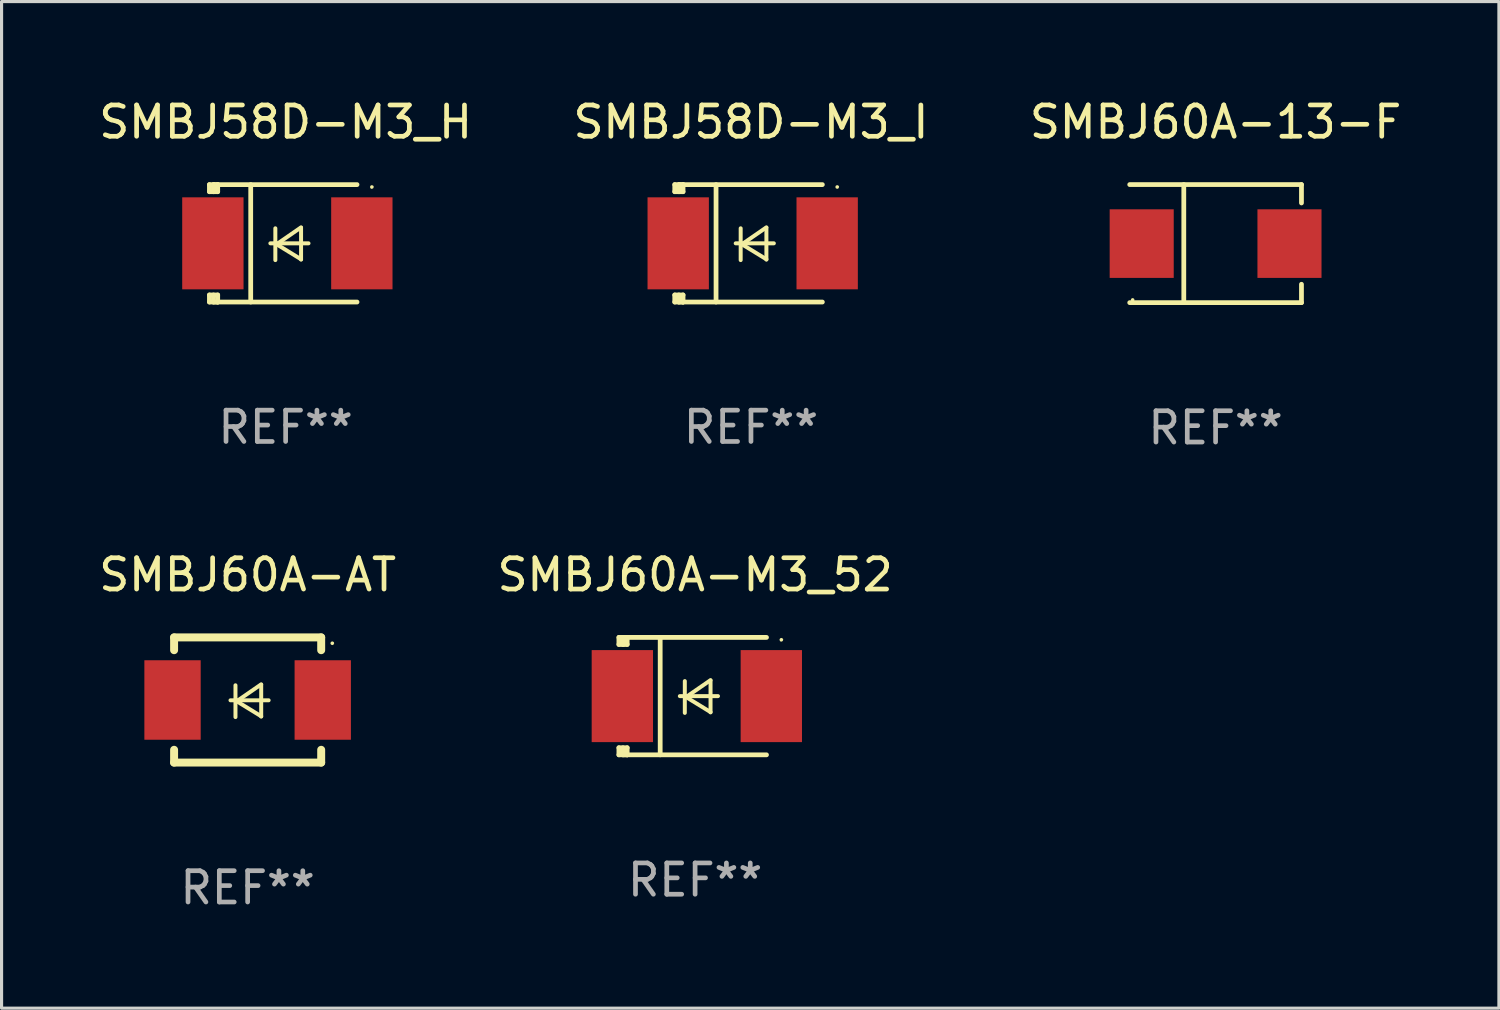
<source format=kicad_pcb>
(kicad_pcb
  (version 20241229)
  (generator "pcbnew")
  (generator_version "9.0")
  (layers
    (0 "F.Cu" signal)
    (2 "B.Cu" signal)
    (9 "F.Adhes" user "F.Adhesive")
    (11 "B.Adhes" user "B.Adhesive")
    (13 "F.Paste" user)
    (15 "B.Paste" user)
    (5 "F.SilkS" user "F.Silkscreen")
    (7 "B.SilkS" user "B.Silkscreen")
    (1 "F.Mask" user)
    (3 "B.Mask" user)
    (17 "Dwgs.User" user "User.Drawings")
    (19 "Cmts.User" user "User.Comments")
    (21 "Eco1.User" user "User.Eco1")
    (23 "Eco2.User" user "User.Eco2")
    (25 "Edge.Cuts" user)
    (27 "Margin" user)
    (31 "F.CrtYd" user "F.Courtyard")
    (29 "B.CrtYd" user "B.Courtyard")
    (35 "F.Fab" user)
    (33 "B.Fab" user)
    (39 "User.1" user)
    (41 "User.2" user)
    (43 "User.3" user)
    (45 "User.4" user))
  (footprint "SMBJ58D-M3_H"
    (layer "F.Cu")
    (at 6.077 4.725)
    (property "Reference" "SMBJ58D-M3_H" (at 0 -3.876 0) (layer "F.SilkS") (effects (font (size 1 1) (thickness 0.15))))
    (attr through_hole)
    (fp_line (start -2.435 1.65) (end -2.171 1.65) (stroke (width 0.152) (type solid)) (layer "F.SilkS"))
    (fp_line (start -2.435 1.876) (end -2.435 1.65) (stroke (width 0.152) (type solid)) (layer "F.SilkS"))
    (fp_line (start -2.435 -1.876) (end -2.171 -1.876) (stroke (width 0.152) (type solid)) (layer "F.SilkS"))
    (fp_line (start -2.435 -1.65) (end -2.435 -1.876) (stroke (width 0.152) (type solid)) (layer "F.SilkS"))
    (fp_line (start -2.305 -1.866) (end -2.295 -1.876) (stroke (width 0.152) (type solid)) (layer "F.SilkS"))
    (fp_line (start -2.305 -1.65) (end -2.305 -1.866) (stroke (width 0.152) (type solid)) (layer "F.SilkS"))
    (fp_line (start -2.305 1.876) (end -2.305 1.65) (stroke (width 0.152) (type solid)) (layer "F.SilkS"))
    (fp_line (start -2.295 -1.876) (end -2.295 -1.65) (stroke (width 0.152) (type solid)) (layer "F.SilkS"))
    (fp_line (start -2.171 1.876) (end -2.435 1.876) (stroke (width 0.152) (type solid)) (layer "F.SilkS"))
    (fp_line (start -2.171 -1.65) (end -2.435 -1.65) (stroke (width 0.152) (type solid)) (layer "F.SilkS"))
    (fp_line (start -2.171 -1.876) (end -2.295 -1.876) (stroke (width 0.152) (type solid)) (layer "F.SilkS"))
    (fp_line (start -2.171 -1.65) (end -2.171 -1.876) (stroke (width 0.152) (type solid)) (layer "F.SilkS"))
    (fp_line (start -2.171 1.876) (end -2.305 1.876) (stroke (width 0.152) (type solid)) (layer "F.SilkS"))
    (fp_line (start -2.171 1.876) (end -2.171 1.65) (stroke (width 0.152) (type solid)) (layer "F.SilkS"))
    (fp_line (start -1.116 1.876) (end -1.116 -1.876) (stroke (width 0.152) (type solid)) (layer "F.SilkS"))
    (fp_line (start -0.488 0.000102) (end 0.731 0.000102) (stroke (width 0.127) (type solid)) (layer "F.SilkS"))
    (fp_line (start -0.329 -0.48) (end -0.329 0.536) (stroke (width 0.127) (type solid)) (layer "F.SilkS"))
    (fp_line (start -0.29 0.03) (end 0.493 0.51) (stroke (width 0.127) (type solid)) (layer "F.SilkS"))
    (fp_line (start 0.493 -0.51) (end -0.29 0.03) (stroke (width 0.127) (type solid)) (layer "F.SilkS"))
    (fp_line (start 0.493 0.52) (end 0.493 -0.496) (stroke (width 0.127) (type solid)) (layer "F.SilkS"))
    (fp_line (start 2.281 -1.876) (end -2.171 -1.876) (stroke (width 0.152) (type solid)) (layer "F.SilkS"))
    (fp_line (start 2.281 1.876) (end -2.171 1.876) (stroke (width 0.152) (type solid)) (layer "F.SilkS"))
    (fp_circle (center 2.755 -1.8) (end 2.785 -1.8) (stroke (width 0.06) (type solid)) (fill no) (layer "F.SilkS"))
    (fp_text user "REF**" (at 0 5.876 0) (layer "F.Fab") (effects (font (size 1 1) (thickness 0.15))))
    (pad "1" smd rect (at 2.435 -0.000025 180) (size 1.96 2.94) (layers "F.Cu" "F.Mask" "F.Paste"))
    (pad "2" smd rect (at -2.325 -0.000025 180) (size 1.96 2.94) (layers "F.Cu" "F.Mask" "F.Paste")))
  (footprint "SMBJ60A-AT"
    (layer "F.Cu")
    (at 4.863 19.317)
    (property "Reference" "SMBJ60A-AT" (at 0 -4 0) (layer "F.SilkS") (effects (font (size 1 1) (thickness 0.15))))
    (attr through_hole)
    (fp_line (start -2.35 -2) (end -2.35 -1.591) (stroke (width 0.254) (type solid)) (layer "F.SilkS"))
    (fp_line (start -2.35 -2) (end 2.35 -2) (stroke (width 0.254) (type solid)) (layer "F.SilkS"))
    (fp_line (start -2.35 1.591) (end -2.35 2) (stroke (width 0.254) (type solid)) (layer "F.SilkS"))
    (fp_line (start -2.35 2) (end 2.35 2) (stroke (width 0.254) (type solid)) (layer "F.SilkS"))
    (fp_line (start -0.548 0.01) (end 0.671 0.01) (stroke (width 0.127) (type solid)) (layer "F.SilkS"))
    (fp_line (start -0.389 -0.47) (end -0.389 0.546) (stroke (width 0.127) (type solid)) (layer "F.SilkS"))
    (fp_line (start -0.35 0.04) (end 0.433 0.52) (stroke (width 0.127) (type solid)) (layer "F.SilkS"))
    (fp_line (start 0.433 -0.5) (end -0.35 0.04) (stroke (width 0.127) (type solid)) (layer "F.SilkS"))
    (fp_line (start 0.433 0.53) (end 0.433 -0.486) (stroke (width 0.127) (type solid)) (layer "F.SilkS"))
    (fp_line (start 2.35 -2) (end 2.35 -1.591) (stroke (width 0.254) (type solid)) (layer "F.SilkS"))
    (fp_line (start 2.35 1.591) (end 2.35 2) (stroke (width 0.254) (type solid)) (layer "F.SilkS"))
    (fp_circle (center 2.704 -1.813) (end 2.734 -1.813) (stroke (width 0.06) (type solid)) (fill no) (layer "F.SilkS"))
    (fp_text user "REF**" (at 0 6 0) (layer "F.Fab") (effects (font (size 1 1) (thickness 0.15))))
    (pad "1" smd rect (at 2.4 0) (size 1.8 2.54) (layers "F.Cu" "F.Mask" "F.Paste"))
    (pad "2" smd rect (at -2.4 0) (size 1.8 2.54) (layers "F.Cu" "F.Mask" "F.Paste")))
  (footprint "SMBJ60A-M3_52"
    (layer "F.Cu")
    (at 19.161 19.193)
    (property "Reference" "SMBJ60A-M3_52" (at 0 -3.876 0) (layer "F.SilkS") (effects (font (size 1 1) (thickness 0.15))))
    (attr through_hole)
    (fp_line (start -2.435 1.65) (end -2.171 1.65) (stroke (width 0.152) (type solid)) (layer "F.SilkS"))
    (fp_line (start -2.435 1.876) (end -2.435 1.65) (stroke (width 0.152) (type solid)) (layer "F.SilkS"))
    (fp_line (start -2.435 -1.876) (end -2.171 -1.876) (stroke (width 0.152) (type solid)) (layer "F.SilkS"))
    (fp_line (start -2.435 -1.65) (end -2.435 -1.876) (stroke (width 0.152) (type solid)) (layer "F.SilkS"))
    (fp_line (start -2.305 -1.866) (end -2.295 -1.876) (stroke (width 0.152) (type solid)) (layer "F.SilkS"))
    (fp_line (start -2.305 -1.65) (end -2.305 -1.866) (stroke (width 0.152) (type solid)) (layer "F.SilkS"))
    (fp_line (start -2.305 1.876) (end -2.305 1.65) (stroke (width 0.152) (type solid)) (layer "F.SilkS"))
    (fp_line (start -2.295 -1.876) (end -2.295 -1.65) (stroke (width 0.152) (type solid)) (layer "F.SilkS"))
    (fp_line (start -2.171 1.876) (end -2.435 1.876) (stroke (width 0.152) (type solid)) (layer "F.SilkS"))
    (fp_line (start -2.171 -1.65) (end -2.435 -1.65) (stroke (width 0.152) (type solid)) (layer "F.SilkS"))
    (fp_line (start -2.171 -1.876) (end -2.295 -1.876) (stroke (width 0.152) (type solid)) (layer "F.SilkS"))
    (fp_line (start -2.171 -1.65) (end -2.171 -1.876) (stroke (width 0.152) (type solid)) (layer "F.SilkS"))
    (fp_line (start -2.171 1.876) (end -2.305 1.876) (stroke (width 0.152) (type solid)) (layer "F.SilkS"))
    (fp_line (start -2.171 1.876) (end -2.171 1.65) (stroke (width 0.152) (type solid)) (layer "F.SilkS"))
    (fp_line (start -1.116 1.876) (end -1.116 -1.876) (stroke (width 0.152) (type solid)) (layer "F.SilkS"))
    (fp_line (start -0.488 0.000102) (end 0.731 0.000102) (stroke (width 0.127) (type solid)) (layer "F.SilkS"))
    (fp_line (start -0.329 -0.48) (end -0.329 0.536) (stroke (width 0.127) (type solid)) (layer "F.SilkS"))
    (fp_line (start -0.29 0.03) (end 0.493 0.51) (stroke (width 0.127) (type solid)) (layer "F.SilkS"))
    (fp_line (start 0.493 -0.51) (end -0.29 0.03) (stroke (width 0.127) (type solid)) (layer "F.SilkS"))
    (fp_line (start 0.493 0.52) (end 0.493 -0.496) (stroke (width 0.127) (type solid)) (layer "F.SilkS"))
    (fp_line (start 2.281 -1.876) (end -2.171 -1.876) (stroke (width 0.152) (type solid)) (layer "F.SilkS"))
    (fp_line (start 2.281 1.876) (end -2.171 1.876) (stroke (width 0.152) (type solid)) (layer "F.SilkS"))
    (fp_circle (center 2.755 -1.8) (end 2.785 -1.8) (stroke (width 0.06) (type solid)) (fill no) (layer "F.SilkS"))
    (fp_text user "REF**" (at 0 5.876 0) (layer "F.Fab") (effects (font (size 1 1) (thickness 0.15))))
    (pad "1" smd rect (at 2.435 -0.000025 180) (size 1.96 2.94) (layers "F.Cu" "F.Mask" "F.Paste"))
    (pad "2" smd rect (at -2.325 -0.000025 180) (size 1.96 2.94) (layers "F.Cu" "F.Mask" "F.Paste")))
  (footprint "SMBJ60A-13-F"
    (layer "F.Cu")
    (at 35.792 4.734)
    (property "Reference" "SMBJ60A-13-F" (at 0 -3.886 0) (layer "F.SilkS") (effects (font (size 1 1) (thickness 0.15))))
    (attr through_hole)
    (fp_line (start -2.744 -1.886) (end 2.744 -1.886) (stroke (width 0.152) (type solid)) (layer "F.SilkS"))
    (fp_line (start -2.744 1.886) (end 2.744 1.886) (stroke (width 0.152) (type solid)) (layer "F.SilkS"))
    (fp_line (start -1.016 -1.886) (end -1.016 1.886) (stroke (width 0.152) (type solid)) (layer "F.SilkS"))
    (fp_line (start 2.744 -1.886) (end 2.744 -1.299) (stroke (width 0.152) (type solid)) (layer "F.SilkS"))
    (fp_line (start 2.744 1.886) (end 2.744 1.299) (stroke (width 0.152) (type solid)) (layer "F.SilkS"))
    (fp_circle (center -2.65 1.8) (end -2.62 1.8) (stroke (width 0.06) (type solid)) (fill no) (layer "F.SilkS"))
    (fp_text user "REF**" (at 0 5.886 0) (layer "F.Fab") (effects (font (size 1 1) (thickness 0.15))))
    (pad "1" smd rect (at -2.361 0) (size 2.047 2.192) (layers "F.Cu" "F.Mask" "F.Paste"))
    (pad "2" smd rect (at 2.361 0) (size 2.047 2.192) (layers "F.Cu" "F.Mask" "F.Paste")))
  (footprint "SMBJ58D-M3_I"
    (layer "F.Cu")
    (at 20.946 4.725)
    (property "Reference" "SMBJ58D-M3_I" (at 0 -3.876 0) (layer "F.SilkS") (effects (font (size 1 1) (thickness 0.15))))
    (attr through_hole)
    (fp_line (start -2.435 1.65) (end -2.171 1.65) (stroke (width 0.152) (type solid)) (layer "F.SilkS"))
    (fp_line (start -2.435 1.876) (end -2.435 1.65) (stroke (width 0.152) (type solid)) (layer "F.SilkS"))
    (fp_line (start -2.435 -1.876) (end -2.171 -1.876) (stroke (width 0.152) (type solid)) (layer "F.SilkS"))
    (fp_line (start -2.435 -1.65) (end -2.435 -1.876) (stroke (width 0.152) (type solid)) (layer "F.SilkS"))
    (fp_line (start -2.305 -1.866) (end -2.295 -1.876) (stroke (width 0.152) (type solid)) (layer "F.SilkS"))
    (fp_line (start -2.305 -1.65) (end -2.305 -1.866) (stroke (width 0.152) (type solid)) (layer "F.SilkS"))
    (fp_line (start -2.305 1.876) (end -2.305 1.65) (stroke (width 0.152) (type solid)) (layer "F.SilkS"))
    (fp_line (start -2.295 -1.876) (end -2.295 -1.65) (stroke (width 0.152) (type solid)) (layer "F.SilkS"))
    (fp_line (start -2.171 1.876) (end -2.435 1.876) (stroke (width 0.152) (type solid)) (layer "F.SilkS"))
    (fp_line (start -2.171 -1.65) (end -2.435 -1.65) (stroke (width 0.152) (type solid)) (layer "F.SilkS"))
    (fp_line (start -2.171 -1.876) (end -2.295 -1.876) (stroke (width 0.152) (type solid)) (layer "F.SilkS"))
    (fp_line (start -2.171 -1.65) (end -2.171 -1.876) (stroke (width 0.152) (type solid)) (layer "F.SilkS"))
    (fp_line (start -2.171 1.876) (end -2.305 1.876) (stroke (width 0.152) (type solid)) (layer "F.SilkS"))
    (fp_line (start -2.171 1.876) (end -2.171 1.65) (stroke (width 0.152) (type solid)) (layer "F.SilkS"))
    (fp_line (start -1.116 1.876) (end -1.116 -1.876) (stroke (width 0.152) (type solid)) (layer "F.SilkS"))
    (fp_line (start -0.488 0.000102) (end 0.731 0.000102) (stroke (width 0.127) (type solid)) (layer "F.SilkS"))
    (fp_line (start -0.329 -0.48) (end -0.329 0.536) (stroke (width 0.127) (type solid)) (layer "F.SilkS"))
    (fp_line (start -0.29 0.03) (end 0.493 0.51) (stroke (width 0.127) (type solid)) (layer "F.SilkS"))
    (fp_line (start 0.493 -0.51) (end -0.29 0.03) (stroke (width 0.127) (type solid)) (layer "F.SilkS"))
    (fp_line (start 0.493 0.52) (end 0.493 -0.496) (stroke (width 0.127) (type solid)) (layer "F.SilkS"))
    (fp_line (start 2.281 -1.876) (end -2.171 -1.876) (stroke (width 0.152) (type solid)) (layer "F.SilkS"))
    (fp_line (start 2.281 1.876) (end -2.171 1.876) (stroke (width 0.152) (type solid)) (layer "F.SilkS"))
    (fp_circle (center 2.755 -1.8) (end 2.785 -1.8) (stroke (width 0.06) (type solid)) (fill no) (layer "F.SilkS"))
    (fp_text user "REF**" (at 0 5.876 0) (layer "F.Fab") (effects (font (size 1 1) (thickness 0.15))))
    (pad "1" smd rect (at 2.435 -0.000025 180) (size 1.96 2.94) (layers "F.Cu" "F.Mask" "F.Paste"))
    (pad "2" smd rect (at -2.325 -0.000025 180) (size 1.96 2.94) (layers "F.Cu" "F.Mask" "F.Paste")))
  (gr_rect
    (start -3 -3)
    (end 44.845 29.165)
    (stroke (width 0.1) (type default))
    (fill no)
    (layer "Edge.Cuts")))
</source>
